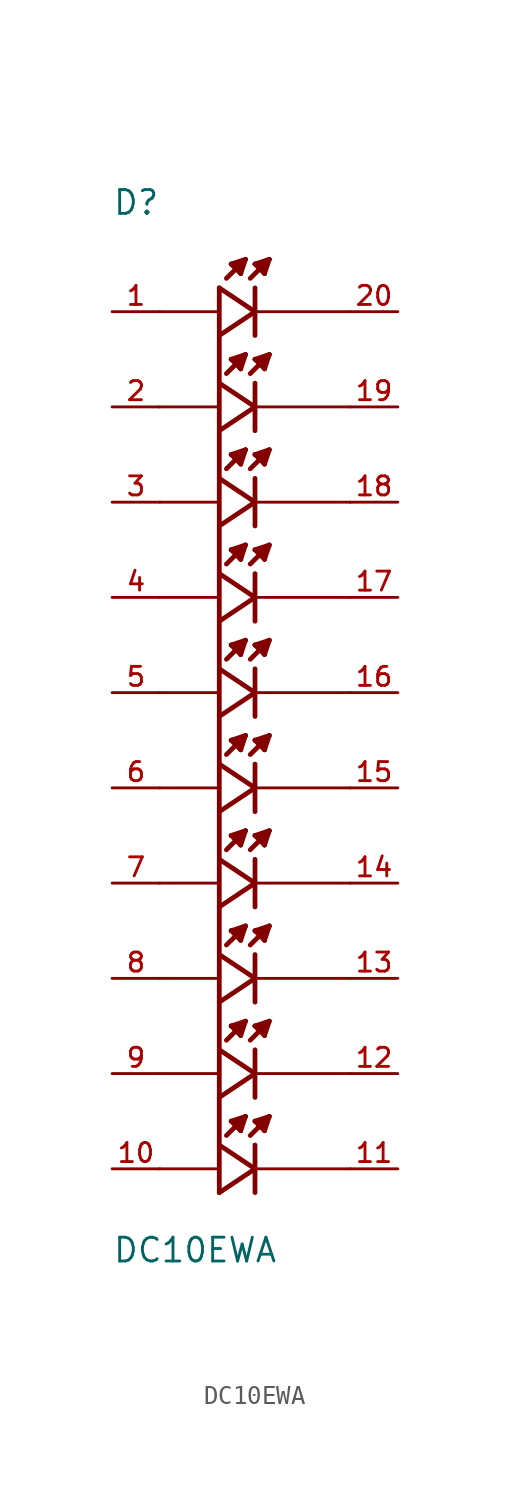
<source format=kicad_sym>
(kicad_symbol_lib
  (version 20211014)
  (generator kicad_symbol_editor)
  (symbol "DC10EWA"
    (pin_names
      (offset 1.016))
    (property "Reference" "D"
      (at -7.62 27.94 0)
      (effects (font (size 1.27 1.27)) (justify bottom left)))
    (property "Value" "DC10EWA"
      (at -7.62 -27.94 0)
      (effects (font (size 1.27 1.27)) (justify bottom left)))
    (symbol "DC10EWA_0_0"
      (polyline (pts (xy -1.905 21.59) (xy 0.0 22.86)) (stroke (width 0.254)))
      (polyline (pts (xy 0.0 22.86) (xy -1.905 24.13)) (stroke (width 0.254)))
      (polyline (pts (xy 0.0 24.13) (xy 0.0 21.59)) (stroke (width 0.254)))
      (polyline (pts (xy -1.905 22.86) (xy -5.08 22.86)) (stroke (width 0.152)))
      (polyline (pts (xy -0.508 25.654) (xy -0.762 25.4)) (stroke (width 0.254)))
      (polyline (pts (xy -0.762 25.4) (xy -1.524 24.638)) (stroke (width 0.254)))
      (polyline (pts (xy -0.762 24.892) (xy -1.27 25.4)) (stroke (width 0.254)))
      (polyline (pts (xy -1.27 25.4) (xy -0.508 25.654)) (stroke (width 0.254)))
      (polyline (pts (xy -0.508 25.654) (xy -0.762 24.892)) (stroke (width 0.254)))
      (polyline (pts (xy -0.762 25.4) (xy -0.762 24.892)) (stroke (width 0.254)))
      (polyline (pts (xy -0.762 25.4) (xy -1.27 25.4)) (stroke (width 0.254)))
      (polyline (pts (xy 0.762 25.654) (xy 0.508 25.4)) (stroke (width 0.254)))
      (polyline (pts (xy 0.508 25.4) (xy -0.254 24.638)) (stroke (width 0.254)))
      (polyline (pts (xy 0.508 24.892) (xy 0.0 25.4)) (stroke (width 0.254)))
      (polyline (pts (xy 0.0 25.4) (xy 0.762 25.654)) (stroke (width 0.254)))
      (polyline (pts (xy 0.762 25.654) (xy 0.508 24.892)) (stroke (width 0.254)))
      (polyline (pts (xy 0.508 25.4) (xy 0.508 24.892)) (stroke (width 0.254)))
      (polyline (pts (xy 0.508 25.4) (xy 0.0 25.4)) (stroke (width 0.254)))
      (polyline (pts (xy -1.905 16.51) (xy 0.0 17.78)) (stroke (width 0.254)))
      (polyline (pts (xy 0.0 17.78) (xy -1.905 19.05)) (stroke (width 0.254)))
      (polyline (pts (xy 0.0 19.05) (xy 0.0 16.51)) (stroke (width 0.254)))
      (polyline (pts (xy -1.905 17.78) (xy -5.08 17.78)) (stroke (width 0.152)))
      (polyline (pts (xy -0.508 20.574) (xy -0.762 20.32)) (stroke (width 0.254)))
      (polyline (pts (xy -0.762 20.32) (xy -1.524 19.558)) (stroke (width 0.254)))
      (polyline (pts (xy -0.762 19.812) (xy -1.27 20.32)) (stroke (width 0.254)))
      (polyline (pts (xy -1.27 20.32) (xy -0.508 20.574)) (stroke (width 0.254)))
      (polyline (pts (xy -0.508 20.574) (xy -0.762 19.812)) (stroke (width 0.254)))
      (polyline (pts (xy -0.762 20.32) (xy -0.762 19.812)) (stroke (width 0.254)))
      (polyline (pts (xy -0.762 20.32) (xy -1.27 20.32)) (stroke (width 0.254)))
      (polyline (pts (xy 0.762 20.574) (xy 0.508 20.32)) (stroke (width 0.254)))
      (polyline (pts (xy 0.508 20.32) (xy -0.254 19.558)) (stroke (width 0.254)))
      (polyline (pts (xy 0.508 19.812) (xy 0.0 20.32)) (stroke (width 0.254)))
      (polyline (pts (xy 0.0 20.32) (xy 0.762 20.574)) (stroke (width 0.254)))
      (polyline (pts (xy 0.762 20.574) (xy 0.508 19.812)) (stroke (width 0.254)))
      (polyline (pts (xy 0.508 20.32) (xy 0.508 19.812)) (stroke (width 0.254)))
      (polyline (pts (xy 0.508 20.32) (xy 0.0 20.32)) (stroke (width 0.254)))
      (polyline (pts (xy -1.905 11.43) (xy 0.0 12.7)) (stroke (width 0.254)))
      (polyline (pts (xy 0.0 12.7) (xy -1.905 13.97)) (stroke (width 0.254)))
      (polyline (pts (xy 0.0 13.97) (xy 0.0 11.43)) (stroke (width 0.254)))
      (polyline (pts (xy -1.905 12.7) (xy -5.08 12.7)) (stroke (width 0.152)))
      (polyline (pts (xy -0.508 15.494) (xy -0.762 15.24)) (stroke (width 0.254)))
      (polyline (pts (xy -0.762 15.24) (xy -1.524 14.478)) (stroke (width 0.254)))
      (polyline (pts (xy -0.762 14.732) (xy -1.27 15.24)) (stroke (width 0.254)))
      (polyline (pts (xy -1.27 15.24) (xy -0.508 15.494)) (stroke (width 0.254)))
      (polyline (pts (xy -0.508 15.494) (xy -0.762 14.732)) (stroke (width 0.254)))
      (polyline (pts (xy -0.762 15.24) (xy -0.762 14.732)) (stroke (width 0.254)))
      (polyline (pts (xy -0.762 15.24) (xy -1.27 15.24)) (stroke (width 0.254)))
      (polyline (pts (xy 0.762 15.494) (xy 0.508 15.24)) (stroke (width 0.254)))
      (polyline (pts (xy 0.508 15.24) (xy -0.254 14.478)) (stroke (width 0.254)))
      (polyline (pts (xy 0.508 14.732) (xy 0.0 15.24)) (stroke (width 0.254)))
      (polyline (pts (xy 0.0 15.24) (xy 0.762 15.494)) (stroke (width 0.254)))
      (polyline (pts (xy 0.762 15.494) (xy 0.508 14.732)) (stroke (width 0.254)))
      (polyline (pts (xy 0.508 15.24) (xy 0.508 14.732)) (stroke (width 0.254)))
      (polyline (pts (xy 0.508 15.24) (xy 0.0 15.24)) (stroke (width 0.254)))
      (polyline (pts (xy -1.905 6.35) (xy 0.0 7.62)) (stroke (width 0.254)))
      (polyline (pts (xy 0.0 7.62) (xy -1.905 8.89)) (stroke (width 0.254)))
      (polyline (pts (xy 0.0 8.89) (xy 0.0 6.35)) (stroke (width 0.254)))
      (polyline (pts (xy -1.905 7.62) (xy -5.08 7.62)) (stroke (width 0.152)))
      (polyline (pts (xy -0.508 10.414) (xy -0.762 10.16)) (stroke (width 0.254)))
      (polyline (pts (xy -0.762 10.16) (xy -1.524 9.398)) (stroke (width 0.254)))
      (polyline (pts (xy -0.762 9.652) (xy -1.27 10.16)) (stroke (width 0.254)))
      (polyline (pts (xy -1.27 10.16) (xy -0.508 10.414)) (stroke (width 0.254)))
      (polyline (pts (xy -0.508 10.414) (xy -0.762 9.652)) (stroke (width 0.254)))
      (polyline (pts (xy -0.762 10.16) (xy -0.762 9.652)) (stroke (width 0.254)))
      (polyline (pts (xy -0.762 10.16) (xy -1.27 10.16)) (stroke (width 0.254)))
      (polyline (pts (xy 0.762 10.414) (xy 0.508 10.16)) (stroke (width 0.254)))
      (polyline (pts (xy 0.508 10.16) (xy -0.254 9.398)) (stroke (width 0.254)))
      (polyline (pts (xy 0.508 9.652) (xy 0.0 10.16)) (stroke (width 0.254)))
      (polyline (pts (xy 0.0 10.16) (xy 0.762 10.414)) (stroke (width 0.254)))
      (polyline (pts (xy 0.762 10.414) (xy 0.508 9.652)) (stroke (width 0.254)))
      (polyline (pts (xy 0.508 10.16) (xy 0.508 9.652)) (stroke (width 0.254)))
      (polyline (pts (xy 0.508 10.16) (xy 0.0 10.16)) (stroke (width 0.254)))
      (polyline (pts (xy -1.905 1.27) (xy 0.0 2.54)) (stroke (width 0.254)))
      (polyline (pts (xy 0.0 2.54) (xy -1.905 3.81)) (stroke (width 0.254)))
      (polyline (pts (xy 0.0 3.81) (xy 0.0 1.27)) (stroke (width 0.254)))
      (polyline (pts (xy -1.905 2.54) (xy -5.08 2.54)) (stroke (width 0.152)))
      (polyline (pts (xy -0.508 5.334) (xy -0.762 5.08)) (stroke (width 0.254)))
      (polyline (pts (xy -0.762 5.08) (xy -1.524 4.318)) (stroke (width 0.254)))
      (polyline (pts (xy -0.762 4.572) (xy -1.27 5.08)) (stroke (width 0.254)))
      (polyline (pts (xy -1.27 5.08) (xy -0.508 5.334)) (stroke (width 0.254)))
      (polyline (pts (xy -0.508 5.334) (xy -0.762 4.572)) (stroke (width 0.254)))
      (polyline (pts (xy -0.762 5.08) (xy -0.762 4.572)) (stroke (width 0.254)))
      (polyline (pts (xy -0.762 5.08) (xy -1.27 5.08)) (stroke (width 0.254)))
      (polyline (pts (xy 0.762 5.334) (xy 0.508 5.08)) (stroke (width 0.254)))
      (polyline (pts (xy 0.508 5.08) (xy -0.254 4.318)) (stroke (width 0.254)))
      (polyline (pts (xy 0.508 4.572) (xy 0.0 5.08)) (stroke (width 0.254)))
      (polyline (pts (xy 0.0 5.08) (xy 0.762 5.334)) (stroke (width 0.254)))
      (polyline (pts (xy 0.762 5.334) (xy 0.508 4.572)) (stroke (width 0.254)))
      (polyline (pts (xy 0.508 5.08) (xy 0.508 4.572)) (stroke (width 0.254)))
      (polyline (pts (xy 0.508 5.08) (xy 0.0 5.08)) (stroke (width 0.254)))
      (polyline (pts (xy -1.905 -3.81) (xy 0.0 -2.54)) (stroke (width 0.254)))
      (polyline (pts (xy 0.0 -2.54) (xy -1.905 -1.27)) (stroke (width 0.254)))
      (polyline (pts (xy 0.0 -1.27) (xy 0.0 -3.81)) (stroke (width 0.254)))
      (polyline (pts (xy -1.905 -2.54) (xy -5.08 -2.54)) (stroke (width 0.152)))
      (polyline (pts (xy -0.508 0.254) (xy -0.762 0.0)) (stroke (width 0.254)))
      (polyline (pts (xy -0.762 0.0) (xy -1.524 -0.762)) (stroke (width 0.254)))
      (polyline (pts (xy -0.762 -0.508) (xy -1.27 0.0)) (stroke (width 0.254)))
      (polyline (pts (xy -1.27 0.0) (xy -0.508 0.254)) (stroke (width 0.254)))
      (polyline (pts (xy -0.508 0.254) (xy -0.762 -0.508)) (stroke (width 0.254)))
      (polyline (pts (xy -0.762 0.0) (xy -0.762 -0.508)) (stroke (width 0.254)))
      (polyline (pts (xy -0.762 0.0) (xy -1.27 0.0)) (stroke (width 0.254)))
      (polyline (pts (xy 0.762 0.254) (xy 0.508 0.0)) (stroke (width 0.254)))
      (polyline (pts (xy 0.508 0.0) (xy -0.254 -0.762)) (stroke (width 0.254)))
      (polyline (pts (xy 0.508 -0.508) (xy 0.0 0.0)) (stroke (width 0.254)))
      (polyline (pts (xy 0.0 0.0) (xy 0.762 0.254)) (stroke (width 0.254)))
      (polyline (pts (xy 0.762 0.254) (xy 0.508 -0.508)) (stroke (width 0.254)))
      (polyline (pts (xy 0.508 0.0) (xy 0.508 -0.508)) (stroke (width 0.254)))
      (polyline (pts (xy 0.508 0.0) (xy 0.0 0.0)) (stroke (width 0.254)))
      (polyline (pts (xy -1.905 -8.89) (xy 0.0 -7.62)) (stroke (width 0.254)))
      (polyline (pts (xy 0.0 -7.62) (xy -1.905 -6.35)) (stroke (width 0.254)))
      (polyline (pts (xy 0.0 -6.35) (xy 0.0 -8.89)) (stroke (width 0.254)))
      (polyline (pts (xy -1.905 -7.62) (xy -5.08 -7.62)) (stroke (width 0.152)))
      (polyline (pts (xy -0.508 -4.826) (xy -0.762 -5.08)) (stroke (width 0.254)))
      (polyline (pts (xy -0.762 -5.08) (xy -1.524 -5.842)) (stroke (width 0.254)))
      (polyline (pts (xy -0.762 -5.588) (xy -1.27 -5.08)) (stroke (width 0.254)))
      (polyline (pts (xy -1.27 -5.08) (xy -0.508 -4.826)) (stroke (width 0.254)))
      (polyline (pts (xy -0.508 -4.826) (xy -0.762 -5.588)) (stroke (width 0.254)))
      (polyline (pts (xy -0.762 -5.08) (xy -0.762 -5.588)) (stroke (width 0.254)))
      (polyline (pts (xy -0.762 -5.08) (xy -1.27 -5.08)) (stroke (width 0.254)))
      (polyline (pts (xy 0.762 -4.826) (xy 0.508 -5.08)) (stroke (width 0.254)))
      (polyline (pts (xy 0.508 -5.08) (xy -0.254 -5.842)) (stroke (width 0.254)))
      (polyline (pts (xy 0.508 -5.588) (xy 0.0 -5.08)) (stroke (width 0.254)))
      (polyline (pts (xy 0.0 -5.08) (xy 0.762 -4.826)) (stroke (width 0.254)))
      (polyline (pts (xy 0.762 -4.826) (xy 0.508 -5.588)) (stroke (width 0.254)))
      (polyline (pts (xy 0.508 -5.08) (xy 0.508 -5.588)) (stroke (width 0.254)))
      (polyline (pts (xy 0.508 -5.08) (xy 0.0 -5.08)) (stroke (width 0.254)))
      (polyline (pts (xy -1.905 -13.97) (xy 0.0 -12.7)) (stroke (width 0.254)))
      (polyline (pts (xy 0.0 -12.7) (xy -1.905 -11.43)) (stroke (width 0.254)))
      (polyline (pts (xy 0.0 -11.43) (xy 0.0 -13.97)) (stroke (width 0.254)))
      (polyline (pts (xy -1.905 -12.7) (xy -5.08 -12.7)) (stroke (width 0.152)))
      (polyline (pts (xy -0.508 -9.906) (xy -0.762 -10.16)) (stroke (width 0.254)))
      (polyline (pts (xy -0.762 -10.16) (xy -1.524 -10.922)) (stroke (width 0.254)))
      (polyline (pts (xy -0.762 -10.668) (xy -1.27 -10.16)) (stroke (width 0.254)))
      (polyline (pts (xy -1.27 -10.16) (xy -0.508 -9.906)) (stroke (width 0.254)))
      (polyline (pts (xy -0.508 -9.906) (xy -0.762 -10.668)) (stroke (width 0.254)))
      (polyline (pts (xy -0.762 -10.16) (xy -0.762 -10.668)) (stroke (width 0.254)))
      (polyline (pts (xy -0.762 -10.16) (xy -1.27 -10.16)) (stroke (width 0.254)))
      (polyline (pts (xy 0.762 -9.906) (xy 0.508 -10.16)) (stroke (width 0.254)))
      (polyline (pts (xy 0.508 -10.16) (xy -0.254 -10.922)) (stroke (width 0.254)))
      (polyline (pts (xy 0.508 -10.668) (xy 0.0 -10.16)) (stroke (width 0.254)))
      (polyline (pts (xy 0.0 -10.16) (xy 0.762 -9.906)) (stroke (width 0.254)))
      (polyline (pts (xy 0.762 -9.906) (xy 0.508 -10.668)) (stroke (width 0.254)))
      (polyline (pts (xy 0.508 -10.16) (xy 0.508 -10.668)) (stroke (width 0.254)))
      (polyline (pts (xy 0.508 -10.16) (xy 0.0 -10.16)) (stroke (width 0.254)))
      (polyline (pts (xy -1.905 -19.05) (xy 0.0 -17.78)) (stroke (width 0.254)))
      (polyline (pts (xy 0.0 -17.78) (xy -1.905 -16.51)) (stroke (width 0.254)))
      (polyline (pts (xy 0.0 -16.51) (xy 0.0 -19.05)) (stroke (width 0.254)))
      (polyline (pts (xy -1.905 -17.78) (xy -5.08 -17.78)) (stroke (width 0.152)))
      (polyline (pts (xy -0.508 -14.986) (xy -0.762 -15.24)) (stroke (width 0.254)))
      (polyline (pts (xy -0.762 -15.24) (xy -1.524 -16.002)) (stroke (width 0.254)))
      (polyline (pts (xy -0.762 -15.748) (xy -1.27 -15.24)) (stroke (width 0.254)))
      (polyline (pts (xy -1.27 -15.24) (xy -0.508 -14.986)) (stroke (width 0.254)))
      (polyline (pts (xy -0.508 -14.986) (xy -0.762 -15.748)) (stroke (width 0.254)))
      (polyline (pts (xy -0.762 -15.24) (xy -0.762 -15.748)) (stroke (width 0.254)))
      (polyline (pts (xy -0.762 -15.24) (xy -1.27 -15.24)) (stroke (width 0.254)))
      (polyline (pts (xy 0.762 -14.986) (xy 0.508 -15.24)) (stroke (width 0.254)))
      (polyline (pts (xy 0.508 -15.24) (xy -0.254 -16.002)) (stroke (width 0.254)))
      (polyline (pts (xy 0.508 -15.748) (xy 0.0 -15.24)) (stroke (width 0.254)))
      (polyline (pts (xy 0.0 -15.24) (xy 0.762 -14.986)) (stroke (width 0.254)))
      (polyline (pts (xy 0.762 -14.986) (xy 0.508 -15.748)) (stroke (width 0.254)))
      (polyline (pts (xy 0.508 -15.24) (xy 0.508 -15.748)) (stroke (width 0.254)))
      (polyline (pts (xy 0.508 -15.24) (xy 0.0 -15.24)) (stroke (width 0.254)))
      (polyline (pts (xy -1.905 -24.13) (xy 0.0 -22.86)) (stroke (width 0.254)))
      (polyline (pts (xy 0.0 -22.86) (xy -1.905 -21.59)) (stroke (width 0.254)))
      (polyline (pts (xy 0.0 -21.59) (xy 0.0 -24.13)) (stroke (width 0.254)))
      (polyline (pts (xy -1.905 -22.86) (xy -5.08 -22.86)) (stroke (width 0.152)))
      (polyline (pts (xy -0.508 -20.066) (xy -0.762 -20.32)) (stroke (width 0.254)))
      (polyline (pts (xy -0.762 -20.32) (xy -1.524 -21.082)) (stroke (width 0.254)))
      (polyline (pts (xy -0.762 -20.828) (xy -1.27 -20.32)) (stroke (width 0.254)))
      (polyline (pts (xy -1.27 -20.32) (xy -0.508 -20.066)) (stroke (width 0.254)))
      (polyline (pts (xy -0.508 -20.066) (xy -0.762 -20.828)) (stroke (width 0.254)))
      (polyline (pts (xy -0.762 -20.32) (xy -0.762 -20.828)) (stroke (width 0.254)))
      (polyline (pts (xy -0.762 -20.32) (xy -1.27 -20.32)) (stroke (width 0.254)))
      (polyline (pts (xy 0.762 -20.066) (xy 0.508 -20.32)) (stroke (width 0.254)))
      (polyline (pts (xy 0.508 -20.32) (xy -0.254 -21.082)) (stroke (width 0.254)))
      (polyline (pts (xy 0.508 -20.828) (xy 0.0 -20.32)) (stroke (width 0.254)))
      (polyline (pts (xy 0.0 -20.32) (xy 0.762 -20.066)) (stroke (width 0.254)))
      (polyline (pts (xy 0.762 -20.066) (xy 0.508 -20.828)) (stroke (width 0.254)))
      (polyline (pts (xy 0.508 -20.32) (xy 0.508 -20.828)) (stroke (width 0.254)))
      (polyline (pts (xy 0.508 -20.32) (xy 0.0 -20.32)) (stroke (width 0.254)))
      (polyline (pts (xy 0.0 -22.86) (xy 5.08 -22.86)) (stroke (width 0.152)))
      (polyline (pts (xy 0.0 -17.78) (xy 5.08 -17.78)) (stroke (width 0.152)))
      (polyline (pts (xy 0.0 -12.7) (xy 5.08 -12.7)) (stroke (width 0.152)))
      (polyline (pts (xy 0.0 -7.62) (xy 5.08 -7.62)) (stroke (width 0.152)))
      (polyline (pts (xy 0.0 -2.54) (xy 5.08 -2.54)) (stroke (width 0.152)))
      (polyline (pts (xy 0.0 2.54) (xy 5.08 2.54)) (stroke (width 0.152)))
      (polyline (pts (xy 0.0 7.62) (xy 5.08 7.62)) (stroke (width 0.152)))
      (polyline (pts (xy 0.0 12.7) (xy 5.08 12.7)) (stroke (width 0.152)))
      (polyline (pts (xy 0.0 17.78) (xy 5.08 17.78)) (stroke (width 0.152)))
      (polyline (pts (xy 0.0 22.86) (xy 5.08 22.86)) (stroke (width 0.152)))
      (rectangle (start -1.905 -24.13) (end -1.905 24.13) (stroke (width 0.254)) (fill (type background)))
      (pin passive line (at -7.62 22.86 0) (length 2.54) (name "~" (effects (font (size 1.016 1.016)))) (number "1" (effects (font (size 1.016 1.016)))))
      (pin passive line (at -7.62 17.78 0) (length 2.54) (name "~" (effects (font (size 1.016 1.016)))) (number "2" (effects (font (size 1.016 1.016)))))
      (pin passive line (at -7.62 12.7 0) (length 2.54) (name "~" (effects (font (size 1.016 1.016)))) (number "3" (effects (font (size 1.016 1.016)))))
      (pin passive line (at -7.62 7.62 0) (length 2.54) (name "~" (effects (font (size 1.016 1.016)))) (number "4" (effects (font (size 1.016 1.016)))))
      (pin passive line (at -7.62 2.54 0) (length 2.54) (name "~" (effects (font (size 1.016 1.016)))) (number "5" (effects (font (size 1.016 1.016)))))
      (pin passive line (at -7.62 -2.54 0) (length 2.54) (name "~" (effects (font (size 1.016 1.016)))) (number "6" (effects (font (size 1.016 1.016)))))
      (pin passive line (at -7.62 -7.62 0) (length 2.54) (name "~" (effects (font (size 1.016 1.016)))) (number "7" (effects (font (size 1.016 1.016)))))
      (pin passive line (at -7.62 -12.7 0) (length 2.54) (name "~" (effects (font (size 1.016 1.016)))) (number "8" (effects (font (size 1.016 1.016)))))
      (pin passive line (at -7.62 -17.78 0) (length 2.54) (name "~" (effects (font (size 1.016 1.016)))) (number "9" (effects (font (size 1.016 1.016)))))
      (pin passive line (at -7.62 -22.86 0) (length 2.54) (name "~" (effects (font (size 1.016 1.016)))) (number "10" (effects (font (size 1.016 1.016)))))
      (pin passive line (at 7.62 -22.86 180.0) (length 2.54) (name "~" (effects (font (size 1.016 1.016)))) (number "11" (effects (font (size 1.016 1.016)))))
      (pin passive line (at 7.62 -17.78 180.0) (length 2.54) (name "~" (effects (font (size 1.016 1.016)))) (number "12" (effects (font (size 1.016 1.016)))))
      (pin passive line (at 7.62 -12.7 180.0) (length 2.54) (name "~" (effects (font (size 1.016 1.016)))) (number "13" (effects (font (size 1.016 1.016)))))
      (pin passive line (at 7.62 -7.62 180.0) (length 2.54) (name "~" (effects (font (size 1.016 1.016)))) (number "14" (effects (font (size 1.016 1.016)))))
      (pin passive line (at 7.62 -2.54 180.0) (length 2.54) (name "~" (effects (font (size 1.016 1.016)))) (number "15" (effects (font (size 1.016 1.016)))))
      (pin passive line (at 7.62 2.54 180.0) (length 2.54) (name "~" (effects (font (size 1.016 1.016)))) (number "16" (effects (font (size 1.016 1.016)))))
      (pin passive line (at 7.62 7.62 180.0) (length 2.54) (name "~" (effects (font (size 1.016 1.016)))) (number "17" (effects (font (size 1.016 1.016)))))
      (pin passive line (at 7.62 12.7 180.0) (length 2.54) (name "~" (effects (font (size 1.016 1.016)))) (number "18" (effects (font (size 1.016 1.016)))))
      (pin passive line (at 7.62 17.78 180.0) (length 2.54) (name "~" (effects (font (size 1.016 1.016)))) (number "19" (effects (font (size 1.016 1.016)))))
      (pin passive line (at 7.62 22.86 180.0) (length 2.54) (name "~" (effects (font (size 1.016 1.016)))) (number "20" (effects (font (size 1.016 1.016))))))))
</source>
